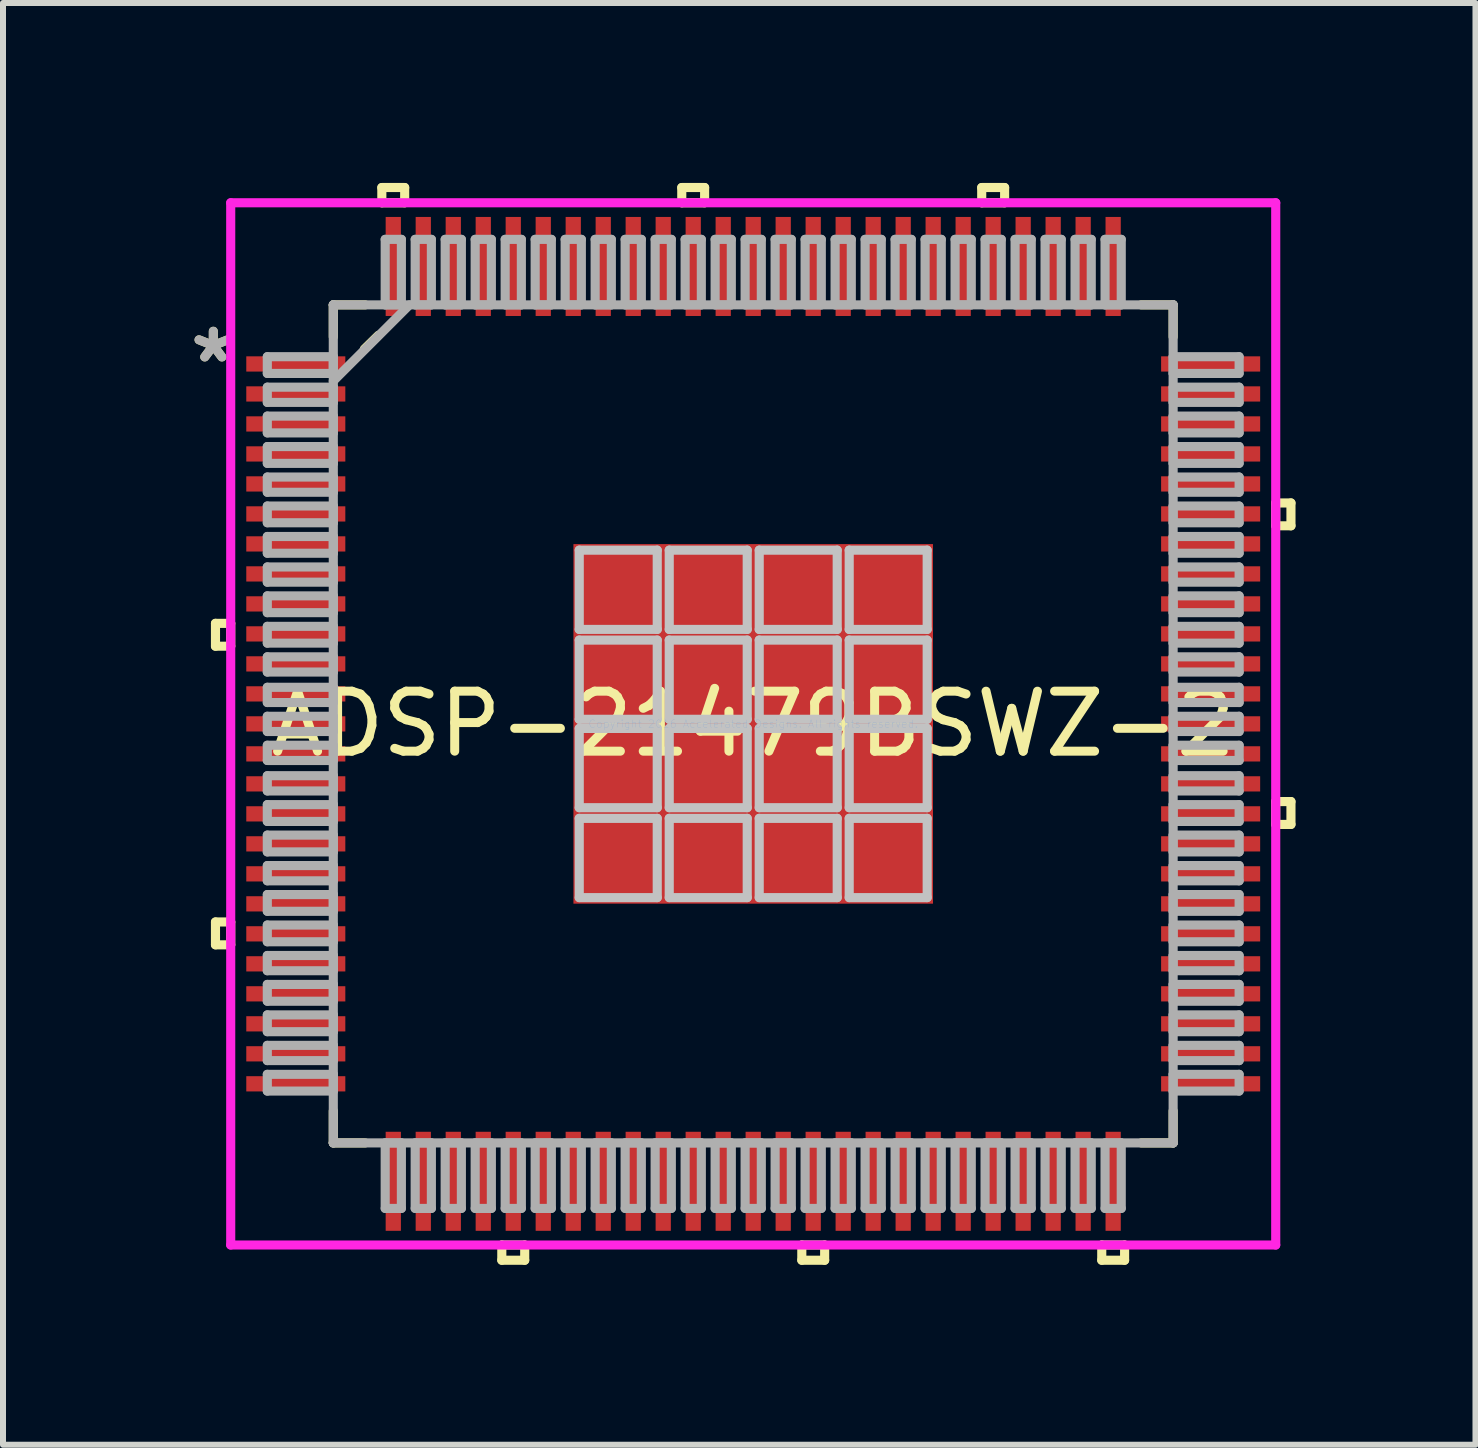
<source format=kicad_pcb>
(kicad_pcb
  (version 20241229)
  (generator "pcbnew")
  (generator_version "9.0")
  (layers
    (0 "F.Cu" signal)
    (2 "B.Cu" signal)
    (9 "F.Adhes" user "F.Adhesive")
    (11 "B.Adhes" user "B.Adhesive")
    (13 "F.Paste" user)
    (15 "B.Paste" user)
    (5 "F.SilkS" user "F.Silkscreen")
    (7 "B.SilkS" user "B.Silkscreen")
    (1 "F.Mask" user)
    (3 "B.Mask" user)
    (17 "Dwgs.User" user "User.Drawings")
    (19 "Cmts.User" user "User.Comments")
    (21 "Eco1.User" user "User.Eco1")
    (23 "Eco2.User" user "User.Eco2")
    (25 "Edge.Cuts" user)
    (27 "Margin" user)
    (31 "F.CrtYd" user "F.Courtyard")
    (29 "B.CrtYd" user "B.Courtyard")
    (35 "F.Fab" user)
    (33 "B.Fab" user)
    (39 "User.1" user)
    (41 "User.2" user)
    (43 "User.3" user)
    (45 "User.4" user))
  (footprint "ADSP-21479BSWZ-2"
    (layer "F.Cu")
    (at 9.506 9.017)
    (property "Reference" "ADSP-21479BSWZ-2" (at 0 0 0) (layer "F.SilkS") (effects (font (size 1 1) (thickness 0.15))))
    (attr through_hole)
    (fp_line (start -8.964 -1.676) (end -8.964 -1.295) (stroke (width 0.152) (type solid)) (layer "F.SilkS"))
    (fp_line (start -8.964 -1.295) (end -8.71 -1.295) (stroke (width 0.152) (type solid)) (layer "F.SilkS"))
    (fp_line (start -8.964 3.302) (end -8.964 3.683) (stroke (width 0.152) (type solid)) (layer "F.SilkS"))
    (fp_line (start -8.964 3.683) (end -8.71 3.683) (stroke (width 0.152) (type solid)) (layer "F.SilkS"))
    (fp_line (start -8.71 -1.676) (end -8.964 -1.676) (stroke (width 0.152) (type solid)) (layer "F.SilkS"))
    (fp_line (start -8.71 -1.295) (end -8.71 -1.676) (stroke (width 0.152) (type solid)) (layer "F.SilkS"))
    (fp_line (start -8.71 3.302) (end -8.964 3.302) (stroke (width 0.152) (type solid)) (layer "F.SilkS"))
    (fp_line (start -8.71 3.683) (end -8.71 3.302) (stroke (width 0.152) (type solid)) (layer "F.SilkS"))
    (fp_line (start -7 -6.985) (end -7 -6.452) (stroke (width 0.152) (type solid)) (layer "F.SilkS"))
    (fp_line (start -7 6.452) (end -7 6.985) (stroke (width 0.152) (type solid)) (layer "F.SilkS"))
    (fp_line (start -7 6.985) (end -6.468 6.985) (stroke (width 0.152) (type solid)) (layer "F.SilkS"))
    (fp_line (start -6.482 -6.248) (end -6.248 -6.477) (stroke (width 0.152) (type solid)) (layer "F.SilkS"))
    (fp_line (start -6.468 -6.985) (end -7 -6.985) (stroke (width 0.152) (type solid)) (layer "F.SilkS"))
    (fp_line (start -6.191 -8.941) (end -5.81 -8.941) (stroke (width 0.152) (type solid)) (layer "F.SilkS"))
    (fp_line (start -6.191 -8.687) (end -6.191 -8.941) (stroke (width 0.152) (type solid)) (layer "F.SilkS"))
    (fp_line (start -5.81 -8.941) (end -5.81 -8.687) (stroke (width 0.152) (type solid)) (layer "F.SilkS"))
    (fp_line (start -5.81 -8.687) (end -6.191 -8.687) (stroke (width 0.152) (type solid)) (layer "F.SilkS"))
    (fp_line (start -4.191 8.687) (end -4.191 8.941) (stroke (width 0.152) (type solid)) (layer "F.SilkS"))
    (fp_line (start -4.191 8.941) (end -3.809 8.941) (stroke (width 0.152) (type solid)) (layer "F.SilkS"))
    (fp_line (start -3.809 8.687) (end -4.191 8.687) (stroke (width 0.152) (type solid)) (layer "F.SilkS"))
    (fp_line (start -3.809 8.941) (end -3.809 8.687) (stroke (width 0.152) (type solid)) (layer "F.SilkS"))
    (fp_line (start -1.191 -8.941) (end -0.81 -8.941) (stroke (width 0.152) (type solid)) (layer "F.SilkS"))
    (fp_line (start -1.191 -8.687) (end -1.191 -8.941) (stroke (width 0.152) (type solid)) (layer "F.SilkS"))
    (fp_line (start -0.81 -8.941) (end -0.81 -8.687) (stroke (width 0.152) (type solid)) (layer "F.SilkS"))
    (fp_line (start -0.81 -8.687) (end -1.191 -8.687) (stroke (width 0.152) (type solid)) (layer "F.SilkS"))
    (fp_line (start 0.81 8.687) (end 0.81 8.941) (stroke (width 0.152) (type solid)) (layer "F.SilkS"))
    (fp_line (start 0.81 8.941) (end 1.191 8.941) (stroke (width 0.152) (type solid)) (layer "F.SilkS"))
    (fp_line (start 1.191 8.687) (end 0.81 8.687) (stroke (width 0.152) (type solid)) (layer "F.SilkS"))
    (fp_line (start 1.191 8.941) (end 1.191 8.687) (stroke (width 0.152) (type solid)) (layer "F.SilkS"))
    (fp_line (start 3.809 -8.941) (end 4.191 -8.941) (stroke (width 0.152) (type solid)) (layer "F.SilkS"))
    (fp_line (start 3.809 -8.687) (end 3.809 -8.941) (stroke (width 0.152) (type solid)) (layer "F.SilkS"))
    (fp_line (start 4.191 -8.941) (end 4.191 -8.687) (stroke (width 0.152) (type solid)) (layer "F.SilkS"))
    (fp_line (start 4.191 -8.687) (end 3.809 -8.687) (stroke (width 0.152) (type solid)) (layer "F.SilkS"))
    (fp_line (start 5.81 8.687) (end 5.81 8.941) (stroke (width 0.152) (type solid)) (layer "F.SilkS"))
    (fp_line (start 5.81 8.941) (end 6.191 8.941) (stroke (width 0.152) (type solid)) (layer "F.SilkS"))
    (fp_line (start 6.191 8.687) (end 5.81 8.687) (stroke (width 0.152) (type solid)) (layer "F.SilkS"))
    (fp_line (start 6.191 8.941) (end 6.191 8.687) (stroke (width 0.152) (type solid)) (layer "F.SilkS"))
    (fp_line (start 6.468 6.985) (end 7 6.985) (stroke (width 0.152) (type solid)) (layer "F.SilkS"))
    (fp_line (start 7 -6.985) (end 6.468 -6.985) (stroke (width 0.152) (type solid)) (layer "F.SilkS"))
    (fp_line (start 7 -6.452) (end 7 -6.985) (stroke (width 0.152) (type solid)) (layer "F.SilkS"))
    (fp_line (start 7 6.985) (end 7 6.452) (stroke (width 0.152) (type solid)) (layer "F.SilkS"))
    (fp_line (start 8.71 -3.683) (end 8.964 -3.683) (stroke (width 0.152) (type solid)) (layer "F.SilkS"))
    (fp_line (start 8.71 -3.302) (end 8.71 -3.683) (stroke (width 0.152) (type solid)) (layer "F.SilkS"))
    (fp_line (start 8.71 1.295) (end 8.964 1.295) (stroke (width 0.152) (type solid)) (layer "F.SilkS"))
    (fp_line (start 8.71 1.676) (end 8.71 1.295) (stroke (width 0.152) (type solid)) (layer "F.SilkS"))
    (fp_line (start 8.964 -3.683) (end 8.964 -3.302) (stroke (width 0.152) (type solid)) (layer "F.SilkS"))
    (fp_line (start 8.964 -3.302) (end 8.71 -3.302) (stroke (width 0.152) (type solid)) (layer "F.SilkS"))
    (fp_line (start 8.964 1.295) (end 8.964 1.676) (stroke (width 0.152) (type solid)) (layer "F.SilkS"))
    (fp_line (start 8.964 1.676) (end 8.71 1.676) (stroke (width 0.152) (type solid)) (layer "F.SilkS"))
    (fp_line (start -2.9 -2.896) (end -2.9 -1.575) (stroke (width 0.152) (type solid)) (layer "Dwgs.User"))
    (fp_line (start -2.9 -1.575) (end -1.6 -1.575) (stroke (width 0.152) (type solid)) (layer "Dwgs.User"))
    (fp_line (start -2.9 -1.397) (end -2.9 -0.076) (stroke (width 0.152) (type solid)) (layer "Dwgs.User"))
    (fp_line (start -2.9 -0.076) (end -1.6 -0.076) (stroke (width 0.152) (type solid)) (layer "Dwgs.User"))
    (fp_line (start -2.9 0.076) (end -2.9 1.397) (stroke (width 0.152) (type solid)) (layer "Dwgs.User"))
    (fp_line (start -2.9 1.397) (end -1.6 1.397) (stroke (width 0.152) (type solid)) (layer "Dwgs.User"))
    (fp_line (start -2.9 1.575) (end -2.9 2.896) (stroke (width 0.152) (type solid)) (layer "Dwgs.User"))
    (fp_line (start -2.9 2.896) (end -1.6 2.896) (stroke (width 0.152) (type solid)) (layer "Dwgs.User"))
    (fp_line (start -1.6 -2.896) (end -2.9 -2.896) (stroke (width 0.152) (type solid)) (layer "Dwgs.User"))
    (fp_line (start -1.6 -1.575) (end -1.6 -2.896) (stroke (width 0.152) (type solid)) (layer "Dwgs.User"))
    (fp_line (start -1.6 -1.397) (end -2.9 -1.397) (stroke (width 0.152) (type solid)) (layer "Dwgs.User"))
    (fp_line (start -1.6 -0.076) (end -1.6 -1.397) (stroke (width 0.152) (type solid)) (layer "Dwgs.User"))
    (fp_line (start -1.6 0.076) (end -2.9 0.076) (stroke (width 0.152) (type solid)) (layer "Dwgs.User"))
    (fp_line (start -1.6 1.397) (end -1.6 0.076) (stroke (width 0.152) (type solid)) (layer "Dwgs.User"))
    (fp_line (start -1.6 1.575) (end -2.9 1.575) (stroke (width 0.152) (type solid)) (layer "Dwgs.User"))
    (fp_line (start -1.6 2.896) (end -1.6 1.575) (stroke (width 0.152) (type solid)) (layer "Dwgs.User"))
    (fp_line (start -1.4 -2.896) (end -1.4 -1.575) (stroke (width 0.152) (type solid)) (layer "Dwgs.User"))
    (fp_line (start -1.4 -1.575) (end -0.1 -1.575) (stroke (width 0.152) (type solid)) (layer "Dwgs.User"))
    (fp_line (start -1.4 -1.397) (end -1.4 -0.076) (stroke (width 0.152) (type solid)) (layer "Dwgs.User"))
    (fp_line (start -1.4 -0.076) (end -0.1 -0.076) (stroke (width 0.152) (type solid)) (layer "Dwgs.User"))
    (fp_line (start -1.4 0.076) (end -1.4 1.397) (stroke (width 0.152) (type solid)) (layer "Dwgs.User"))
    (fp_line (start -1.4 1.397) (end -0.1 1.397) (stroke (width 0.152) (type solid)) (layer "Dwgs.User"))
    (fp_line (start -1.4 1.575) (end -1.4 2.896) (stroke (width 0.152) (type solid)) (layer "Dwgs.User"))
    (fp_line (start -1.4 2.896) (end -0.1 2.896) (stroke (width 0.152) (type solid)) (layer "Dwgs.User"))
    (fp_line (start -0.1 -2.896) (end -1.4 -2.896) (stroke (width 0.152) (type solid)) (layer "Dwgs.User"))
    (fp_line (start -0.1 -1.575) (end -0.1 -2.896) (stroke (width 0.152) (type solid)) (layer "Dwgs.User"))
    (fp_line (start -0.1 -1.397) (end -1.4 -1.397) (stroke (width 0.152) (type solid)) (layer "Dwgs.User"))
    (fp_line (start -0.1 -0.076) (end -0.1 -1.397) (stroke (width 0.152) (type solid)) (layer "Dwgs.User"))
    (fp_line (start -0.1 0.076) (end -1.4 0.076) (stroke (width 0.152) (type solid)) (layer "Dwgs.User"))
    (fp_line (start -0.1 1.397) (end -0.1 0.076) (stroke (width 0.152) (type solid)) (layer "Dwgs.User"))
    (fp_line (start -0.1 1.575) (end -1.4 1.575) (stroke (width 0.152) (type solid)) (layer "Dwgs.User"))
    (fp_line (start -0.1 2.896) (end -0.1 1.575) (stroke (width 0.152) (type solid)) (layer "Dwgs.User"))
    (fp_line (start 0.1 -2.896) (end 0.1 -1.575) (stroke (width 0.152) (type solid)) (layer "Dwgs.User"))
    (fp_line (start 0.1 -1.575) (end 1.4 -1.575) (stroke (width 0.152) (type solid)) (layer "Dwgs.User"))
    (fp_line (start 0.1 -1.397) (end 0.1 -0.076) (stroke (width 0.152) (type solid)) (layer "Dwgs.User"))
    (fp_line (start 0.1 -0.076) (end 1.4 -0.076) (stroke (width 0.152) (type solid)) (layer "Dwgs.User"))
    (fp_line (start 0.1 0.076) (end 0.1 1.397) (stroke (width 0.152) (type solid)) (layer "Dwgs.User"))
    (fp_line (start 0.1 1.397) (end 1.4 1.397) (stroke (width 0.152) (type solid)) (layer "Dwgs.User"))
    (fp_line (start 0.1 1.575) (end 0.1 2.896) (stroke (width 0.152) (type solid)) (layer "Dwgs.User"))
    (fp_line (start 0.1 2.896) (end 1.4 2.896) (stroke (width 0.152) (type solid)) (layer "Dwgs.User"))
    (fp_line (start 1.4 -2.896) (end 0.1 -2.896) (stroke (width 0.152) (type solid)) (layer "Dwgs.User"))
    (fp_line (start 1.4 -1.575) (end 1.4 -2.896) (stroke (width 0.152) (type solid)) (layer "Dwgs.User"))
    (fp_line (start 1.4 -1.397) (end 0.1 -1.397) (stroke (width 0.152) (type solid)) (layer "Dwgs.User"))
    (fp_line (start 1.4 -0.076) (end 1.4 -1.397) (stroke (width 0.152) (type solid)) (layer "Dwgs.User"))
    (fp_line (start 1.4 0.076) (end 0.1 0.076) (stroke (width 0.152) (type solid)) (layer "Dwgs.User"))
    (fp_line (start 1.4 1.397) (end 1.4 0.076) (stroke (width 0.152) (type solid)) (layer "Dwgs.User"))
    (fp_line (start 1.4 1.575) (end 0.1 1.575) (stroke (width 0.152) (type solid)) (layer "Dwgs.User"))
    (fp_line (start 1.4 2.896) (end 1.4 1.575) (stroke (width 0.152) (type solid)) (layer "Dwgs.User"))
    (fp_line (start 1.6 -2.896) (end 1.6 -1.575) (stroke (width 0.152) (type solid)) (layer "Dwgs.User"))
    (fp_line (start 1.6 -1.575) (end 2.9 -1.575) (stroke (width 0.152) (type solid)) (layer "Dwgs.User"))
    (fp_line (start 1.6 -1.397) (end 1.6 -0.076) (stroke (width 0.152) (type solid)) (layer "Dwgs.User"))
    (fp_line (start 1.6 -0.076) (end 2.9 -0.076) (stroke (width 0.152) (type solid)) (layer "Dwgs.User"))
    (fp_line (start 1.6 0.076) (end 1.6 1.397) (stroke (width 0.152) (type solid)) (layer "Dwgs.User"))
    (fp_line (start 1.6 1.397) (end 2.9 1.397) (stroke (width 0.152) (type solid)) (layer "Dwgs.User"))
    (fp_line (start 1.6 1.575) (end 1.6 2.896) (stroke (width 0.152) (type solid)) (layer "Dwgs.User"))
    (fp_line (start 1.6 2.896) (end 2.9 2.896) (stroke (width 0.152) (type solid)) (layer "Dwgs.User"))
    (fp_line (start 2.9 -2.896) (end 1.6 -2.896) (stroke (width 0.152) (type solid)) (layer "Dwgs.User"))
    (fp_line (start 2.9 -1.575) (end 2.9 -2.896) (stroke (width 0.152) (type solid)) (layer "Dwgs.User"))
    (fp_line (start 2.9 -1.397) (end 1.6 -1.397) (stroke (width 0.152) (type solid)) (layer "Dwgs.User"))
    (fp_line (start 2.9 -0.076) (end 2.9 -1.397) (stroke (width 0.152) (type solid)) (layer "Dwgs.User"))
    (fp_line (start 2.9 0.076) (end 1.6 0.076) (stroke (width 0.152) (type solid)) (layer "Dwgs.User"))
    (fp_line (start 2.9 1.397) (end 2.9 0.076) (stroke (width 0.152) (type solid)) (layer "Dwgs.User"))
    (fp_line (start 2.9 1.575) (end 1.6 1.575) (stroke (width 0.152) (type solid)) (layer "Dwgs.User"))
    (fp_line (start 2.9 2.896) (end 2.9 1.575) (stroke (width 0.152) (type solid)) (layer "Dwgs.User"))
    (fp_line (start -8.71 -8.687) (end 8.71 -8.687) (stroke (width 0.152) (type solid)) (layer "F.CrtYd"))
    (fp_line (start -8.71 8.687) (end -8.71 -8.687) (stroke (width 0.152) (type solid)) (layer "F.CrtYd"))
    (fp_line (start 8.71 -8.687) (end 8.71 8.687) (stroke (width 0.152) (type solid)) (layer "F.CrtYd"))
    (fp_line (start 8.71 8.687) (end -8.71 8.687) (stroke (width 0.152) (type solid)) (layer "F.CrtYd"))
    (fp_line (start -8.1 -6.121) (end -8.1 -5.842) (stroke (width 0.152) (type solid)) (layer "F.Fab"))
    (fp_line (start -8.1 -5.842) (end -7 -5.842) (stroke (width 0.152) (type solid)) (layer "F.Fab"))
    (fp_line (start -8.1 -5.613) (end -8.1 -5.359) (stroke (width 0.152) (type solid)) (layer "F.Fab"))
    (fp_line (start -8.1 -5.359) (end -7 -5.359) (stroke (width 0.152) (type solid)) (layer "F.Fab"))
    (fp_line (start -8.1 -5.131) (end -8.1 -4.851) (stroke (width 0.152) (type solid)) (layer "F.Fab"))
    (fp_line (start -8.1 -4.851) (end -7 -4.851) (stroke (width 0.152) (type solid)) (layer "F.Fab"))
    (fp_line (start -8.1 -4.623) (end -8.1 -4.343) (stroke (width 0.152) (type solid)) (layer "F.Fab"))
    (fp_line (start -8.1 -4.343) (end -7 -4.343) (stroke (width 0.152) (type solid)) (layer "F.Fab"))
    (fp_line (start -8.1 -4.115) (end -8.1 -3.861) (stroke (width 0.152) (type solid)) (layer "F.Fab"))
    (fp_line (start -8.1 -3.861) (end -7 -3.861) (stroke (width 0.152) (type solid)) (layer "F.Fab"))
    (fp_line (start -8.1 -3.632) (end -8.1 -3.353) (stroke (width 0.152) (type solid)) (layer "F.Fab"))
    (fp_line (start -8.1 -3.353) (end -7 -3.353) (stroke (width 0.152) (type solid)) (layer "F.Fab"))
    (fp_line (start -8.1 -3.124) (end -8.1 -2.845) (stroke (width 0.152) (type solid)) (layer "F.Fab"))
    (fp_line (start -8.1 -2.845) (end -7 -2.845) (stroke (width 0.152) (type solid)) (layer "F.Fab"))
    (fp_line (start -8.1 -2.616) (end -8.1 -2.362) (stroke (width 0.152) (type solid)) (layer "F.Fab"))
    (fp_line (start -8.1 -2.362) (end -7 -2.362) (stroke (width 0.152) (type solid)) (layer "F.Fab"))
    (fp_line (start -8.1 -2.134) (end -8.1 -1.854) (stroke (width 0.152) (type solid)) (layer "F.Fab"))
    (fp_line (start -8.1 -1.854) (end -7 -1.854) (stroke (width 0.152) (type solid)) (layer "F.Fab"))
    (fp_line (start -8.1 -1.626) (end -8.1 -1.346) (stroke (width 0.152) (type solid)) (layer "F.Fab"))
    (fp_line (start -8.1 -1.346) (end -7 -1.346) (stroke (width 0.152) (type solid)) (layer "F.Fab"))
    (fp_line (start -8.1 -1.118) (end -8.1 -0.864) (stroke (width 0.152) (type solid)) (layer "F.Fab"))
    (fp_line (start -8.1 -0.864) (end -7 -0.864) (stroke (width 0.152) (type solid)) (layer "F.Fab"))
    (fp_line (start -8.1 -0.61) (end -8.1 -0.356) (stroke (width 0.152) (type solid)) (layer "F.Fab"))
    (fp_line (start -8.1 -0.356) (end -7 -0.356) (stroke (width 0.152) (type solid)) (layer "F.Fab"))
    (fp_line (start -8.1 -0.127) (end -8.1 0.127) (stroke (width 0.152) (type solid)) (layer "F.Fab"))
    (fp_line (start -8.1 0.127) (end -7 0.127) (stroke (width 0.152) (type solid)) (layer "F.Fab"))
    (fp_line (start -8.1 0.356) (end -8.1 0.61) (stroke (width 0.152) (type solid)) (layer "F.Fab"))
    (fp_line (start -8.1 0.61) (end -7 0.61) (stroke (width 0.152) (type solid)) (layer "F.Fab"))
    (fp_line (start -8.1 0.864) (end -8.1 1.118) (stroke (width 0.152) (type solid)) (layer "F.Fab"))
    (fp_line (start -8.1 1.118) (end -7 1.118) (stroke (width 0.152) (type solid)) (layer "F.Fab"))
    (fp_line (start -8.1 1.346) (end -8.1 1.626) (stroke (width 0.152) (type solid)) (layer "F.Fab"))
    (fp_line (start -8.1 1.626) (end -7 1.626) (stroke (width 0.152) (type solid)) (layer "F.Fab"))
    (fp_line (start -8.1 1.854) (end -8.1 2.134) (stroke (width 0.152) (type solid)) (layer "F.Fab"))
    (fp_line (start -8.1 2.134) (end -7 2.134) (stroke (width 0.152) (type solid)) (layer "F.Fab"))
    (fp_line (start -8.1 2.362) (end -8.1 2.616) (stroke (width 0.152) (type solid)) (layer "F.Fab"))
    (fp_line (start -8.1 2.616) (end -7 2.616) (stroke (width 0.152) (type solid)) (layer "F.Fab"))
    (fp_line (start -8.1 2.845) (end -8.1 3.124) (stroke (width 0.152) (type solid)) (layer "F.Fab"))
    (fp_line (start -8.1 3.124) (end -7 3.124) (stroke (width 0.152) (type solid)) (layer "F.Fab"))
    (fp_line (start -8.1 3.353) (end -8.1 3.632) (stroke (width 0.152) (type solid)) (layer "F.Fab"))
    (fp_line (start -8.1 3.632) (end -7 3.632) (stroke (width 0.152) (type solid)) (layer "F.Fab"))
    (fp_line (start -8.1 3.861) (end -8.1 4.115) (stroke (width 0.152) (type solid)) (layer "F.Fab"))
    (fp_line (start -8.1 4.115) (end -7 4.115) (stroke (width 0.152) (type solid)) (layer "F.Fab"))
    (fp_line (start -8.1 4.343) (end -8.1 4.623) (stroke (width 0.152) (type solid)) (layer "F.Fab"))
    (fp_line (start -8.1 4.623) (end -7 4.623) (stroke (width 0.152) (type solid)) (layer "F.Fab"))
    (fp_line (start -8.1 4.851) (end -8.1 5.131) (stroke (width 0.152) (type solid)) (layer "F.Fab"))
    (fp_line (start -8.1 5.131) (end -7 5.131) (stroke (width 0.152) (type solid)) (layer "F.Fab"))
    (fp_line (start -8.1 5.359) (end -8.1 5.613) (stroke (width 0.152) (type solid)) (layer "F.Fab"))
    (fp_line (start -8.1 5.613) (end -7 5.613) (stroke (width 0.152) (type solid)) (layer "F.Fab"))
    (fp_line (start -8.1 5.842) (end -8.1 6.121) (stroke (width 0.152) (type solid)) (layer "F.Fab"))
    (fp_line (start -8.1 6.121) (end -7 6.121) (stroke (width 0.152) (type solid)) (layer "F.Fab"))
    (fp_line (start -7 -6.121) (end -8.1 -6.121) (stroke (width 0.152) (type solid)) (layer "F.Fab"))
    (fp_line (start -7 -5.842) (end -7 -6.121) (stroke (width 0.152) (type solid)) (layer "F.Fab"))
    (fp_line (start -7 -5.715) (end -5.73 -6.985) (stroke (width 0.152) (type solid)) (layer "F.Fab"))
    (fp_line (start -7 -5.613) (end -8.1 -5.613) (stroke (width 0.152) (type solid)) (layer "F.Fab"))
    (fp_line (start -7 -5.359) (end -7 -5.613) (stroke (width 0.152) (type solid)) (layer "F.Fab"))
    (fp_line (start -7 -5.131) (end -8.1 -5.131) (stroke (width 0.152) (type solid)) (layer "F.Fab"))
    (fp_line (start -7 -4.851) (end -7 -5.131) (stroke (width 0.152) (type solid)) (layer "F.Fab"))
    (fp_line (start -7 -4.623) (end -8.1 -4.623) (stroke (width 0.152) (type solid)) (layer "F.Fab"))
    (fp_line (start -7 -4.343) (end -7 -4.623) (stroke (width 0.152) (type solid)) (layer "F.Fab"))
    (fp_line (start -7 -4.115) (end -8.1 -4.115) (stroke (width 0.152) (type solid)) (layer "F.Fab"))
    (fp_line (start -7 -3.861) (end -7 -4.115) (stroke (width 0.152) (type solid)) (layer "F.Fab"))
    (fp_line (start -7 -3.632) (end -8.1 -3.632) (stroke (width 0.152) (type solid)) (layer "F.Fab"))
    (fp_line (start -7 -3.353) (end -7 -3.632) (stroke (width 0.152) (type solid)) (layer "F.Fab"))
    (fp_line (start -7 -3.124) (end -8.1 -3.124) (stroke (width 0.152) (type solid)) (layer "F.Fab"))
    (fp_line (start -7 -2.845) (end -7 -3.124) (stroke (width 0.152) (type solid)) (layer "F.Fab"))
    (fp_line (start -7 -2.616) (end -8.1 -2.616) (stroke (width 0.152) (type solid)) (layer "F.Fab"))
    (fp_line (start -7 -2.362) (end -7 -2.616) (stroke (width 0.152) (type solid)) (layer "F.Fab"))
    (fp_line (start -7 -2.134) (end -8.1 -2.134) (stroke (width 0.152) (type solid)) (layer "F.Fab"))
    (fp_line (start -7 -1.854) (end -7 -2.134) (stroke (width 0.152) (type solid)) (layer "F.Fab"))
    (fp_line (start -7 -1.626) (end -8.1 -1.626) (stroke (width 0.152) (type solid)) (layer "F.Fab"))
    (fp_line (start -7 -1.346) (end -7 -1.626) (stroke (width 0.152) (type solid)) (layer "F.Fab"))
    (fp_line (start -7 -1.118) (end -8.1 -1.118) (stroke (width 0.152) (type solid)) (layer "F.Fab"))
    (fp_line (start -7 -0.864) (end -7 -1.118) (stroke (width 0.152) (type solid)) (layer "F.Fab"))
    (fp_line (start -7 -0.61) (end -8.1 -0.61) (stroke (width 0.152) (type solid)) (layer "F.Fab"))
    (fp_line (start -7 -0.356) (end -7 -0.61) (stroke (width 0.152) (type solid)) (layer "F.Fab"))
    (fp_line (start -7 -0.127) (end -8.1 -0.127) (stroke (width 0.152) (type solid)) (layer "F.Fab"))
    (fp_line (start -7 0.127) (end -7 -0.127) (stroke (width 0.152) (type solid)) (layer "F.Fab"))
    (fp_line (start -7 0.356) (end -8.1 0.356) (stroke (width 0.152) (type solid)) (layer "F.Fab"))
    (fp_line (start -7 0.61) (end -7 0.356) (stroke (width 0.152) (type solid)) (layer "F.Fab"))
    (fp_line (start -7 0.864) (end -8.1 0.864) (stroke (width 0.152) (type solid)) (layer "F.Fab"))
    (fp_line (start -7 1.118) (end -7 0.864) (stroke (width 0.152) (type solid)) (layer "F.Fab"))
    (fp_line (start -7 1.346) (end -8.1 1.346) (stroke (width 0.152) (type solid)) (layer "F.Fab"))
    (fp_line (start -7 1.626) (end -7 1.346) (stroke (width 0.152) (type solid)) (layer "F.Fab"))
    (fp_line (start -7 1.854) (end -8.1 1.854) (stroke (width 0.152) (type solid)) (layer "F.Fab"))
    (fp_line (start -7 2.134) (end -7 1.854) (stroke (width 0.152) (type solid)) (layer "F.Fab"))
    (fp_line (start -7 2.362) (end -8.1 2.362) (stroke (width 0.152) (type solid)) (layer "F.Fab"))
    (fp_line (start -7 2.616) (end -7 2.362) (stroke (width 0.152) (type solid)) (layer "F.Fab"))
    (fp_line (start -7 2.845) (end -8.1 2.845) (stroke (width 0.152) (type solid)) (layer "F.Fab"))
    (fp_line (start -7 3.124) (end -7 2.845) (stroke (width 0.152) (type solid)) (layer "F.Fab"))
    (fp_line (start -7 3.353) (end -8.1 3.353) (stroke (width 0.152) (type solid)) (layer "F.Fab"))
    (fp_line (start -7 3.632) (end -7 3.353) (stroke (width 0.152) (type solid)) (layer "F.Fab"))
    (fp_line (start -7 3.861) (end -8.1 3.861) (stroke (width 0.152) (type solid)) (layer "F.Fab"))
    (fp_line (start -7 4.115) (end -7 3.861) (stroke (width 0.152) (type solid)) (layer "F.Fab"))
    (fp_line (start -7 4.343) (end -8.1 4.343) (stroke (width 0.152) (type solid)) (layer "F.Fab"))
    (fp_line (start -7 4.623) (end -7 4.343) (stroke (width 0.152) (type solid)) (layer "F.Fab"))
    (fp_line (start -7 4.851) (end -8.1 4.851) (stroke (width 0.152) (type solid)) (layer "F.Fab"))
    (fp_line (start -7 5.131) (end -7 4.851) (stroke (width 0.152) (type solid)) (layer "F.Fab"))
    (fp_line (start -7 5.359) (end -8.1 5.359) (stroke (width 0.152) (type solid)) (layer "F.Fab"))
    (fp_line (start -7 5.613) (end -7 5.359) (stroke (width 0.152) (type solid)) (layer "F.Fab"))
    (fp_line (start -7 5.842) (end -8.1 5.842) (stroke (width 0.152) (type solid)) (layer "F.Fab"))
    (fp_line (start -7 6.121) (end -7 5.842) (stroke (width 0.152) (type solid)) (layer "F.Fab"))
    (fp_line (start -7 -6.985) (end -7 -6.985) (stroke (width 0.152) (type solid)) (layer "F.Fab"))
    (fp_line (start -7 -6.985) (end -7 6.985) (stroke (width 0.152) (type solid)) (layer "F.Fab"))
    (fp_line (start -7 6.985) (end -7 6.985) (stroke (width 0.152) (type solid)) (layer "F.Fab"))
    (fp_line (start -7 6.985) (end 7 6.985) (stroke (width 0.152) (type solid)) (layer "F.Fab"))
    (fp_line (start -6.135 -8.077) (end -6.135 -6.985) (stroke (width 0.152) (type solid)) (layer "F.Fab"))
    (fp_line (start -6.135 -6.985) (end -5.865 -6.985) (stroke (width 0.152) (type solid)) (layer "F.Fab"))
    (fp_line (start -6.135 6.985) (end -6.135 8.077) (stroke (width 0.152) (type solid)) (layer "F.Fab"))
    (fp_line (start -6.135 8.077) (end -5.865 8.077) (stroke (width 0.152) (type solid)) (layer "F.Fab"))
    (fp_line (start -5.865 -8.077) (end -6.135 -8.077) (stroke (width 0.152) (type solid)) (layer "F.Fab"))
    (fp_line (start -5.865 -6.985) (end -5.865 -8.077) (stroke (width 0.152) (type solid)) (layer "F.Fab"))
    (fp_line (start -5.865 6.985) (end -6.135 6.985) (stroke (width 0.152) (type solid)) (layer "F.Fab"))
    (fp_line (start -5.865 8.077) (end -5.865 6.985) (stroke (width 0.152) (type solid)) (layer "F.Fab"))
    (fp_line (start -5.635 -8.077) (end -5.635 -6.985) (stroke (width 0.152) (type solid)) (layer "F.Fab"))
    (fp_line (start -5.635 -6.985) (end -5.365 -6.985) (stroke (width 0.152) (type solid)) (layer "F.Fab"))
    (fp_line (start -5.635 6.985) (end -5.635 8.077) (stroke (width 0.152) (type solid)) (layer "F.Fab"))
    (fp_line (start -5.635 8.077) (end -5.365 8.077) (stroke (width 0.152) (type solid)) (layer "F.Fab"))
    (fp_line (start -5.365 -8.077) (end -5.635 -8.077) (stroke (width 0.152) (type solid)) (layer "F.Fab"))
    (fp_line (start -5.365 -6.985) (end -5.365 -8.077) (stroke (width 0.152) (type solid)) (layer "F.Fab"))
    (fp_line (start -5.365 6.985) (end -5.635 6.985) (stroke (width 0.152) (type solid)) (layer "F.Fab"))
    (fp_line (start -5.365 8.077) (end -5.365 6.985) (stroke (width 0.152) (type solid)) (layer "F.Fab"))
    (fp_line (start -5.135 -8.077) (end -5.135 -6.985) (stroke (width 0.152) (type solid)) (layer "F.Fab"))
    (fp_line (start -5.135 -6.985) (end -4.865 -6.985) (stroke (width 0.152) (type solid)) (layer "F.Fab"))
    (fp_line (start -5.135 6.985) (end -5.135 8.077) (stroke (width 0.152) (type solid)) (layer "F.Fab"))
    (fp_line (start -5.135 8.077) (end -4.865 8.077) (stroke (width 0.152) (type solid)) (layer "F.Fab"))
    (fp_line (start -4.865 -8.077) (end -5.135 -8.077) (stroke (width 0.152) (type solid)) (layer "F.Fab"))
    (fp_line (start -4.865 -6.985) (end -4.865 -8.077) (stroke (width 0.152) (type solid)) (layer "F.Fab"))
    (fp_line (start -4.865 6.985) (end -5.135 6.985) (stroke (width 0.152) (type solid)) (layer "F.Fab"))
    (fp_line (start -4.865 8.077) (end -4.865 6.985) (stroke (width 0.152) (type solid)) (layer "F.Fab"))
    (fp_line (start -4.635 -8.077) (end -4.635 -6.985) (stroke (width 0.152) (type solid)) (layer "F.Fab"))
    (fp_line (start -4.635 -6.985) (end -4.365 -6.985) (stroke (width 0.152) (type solid)) (layer "F.Fab"))
    (fp_line (start -4.635 6.985) (end -4.635 8.077) (stroke (width 0.152) (type solid)) (layer "F.Fab"))
    (fp_line (start -4.635 8.077) (end -4.365 8.077) (stroke (width 0.152) (type solid)) (layer "F.Fab"))
    (fp_line (start -4.365 -8.077) (end -4.635 -8.077) (stroke (width 0.152) (type solid)) (layer "F.Fab"))
    (fp_line (start -4.365 -6.985) (end -4.365 -8.077) (stroke (width 0.152) (type solid)) (layer "F.Fab"))
    (fp_line (start -4.365 6.985) (end -4.635 6.985) (stroke (width 0.152) (type solid)) (layer "F.Fab"))
    (fp_line (start -4.365 8.077) (end -4.365 6.985) (stroke (width 0.152) (type solid)) (layer "F.Fab"))
    (fp_line (start -4.135 -8.077) (end -4.135 -6.985) (stroke (width 0.152) (type solid)) (layer "F.Fab"))
    (fp_line (start -4.135 -6.985) (end -3.865 -6.985) (stroke (width 0.152) (type solid)) (layer "F.Fab"))
    (fp_line (start -4.135 6.985) (end -4.135 8.077) (stroke (width 0.152) (type solid)) (layer "F.Fab"))
    (fp_line (start -4.135 8.077) (end -3.865 8.077) (stroke (width 0.152) (type solid)) (layer "F.Fab"))
    (fp_line (start -3.865 -8.077) (end -4.135 -8.077) (stroke (width 0.152) (type solid)) (layer "F.Fab"))
    (fp_line (start -3.865 -6.985) (end -3.865 -8.077) (stroke (width 0.152) (type solid)) (layer "F.Fab"))
    (fp_line (start -3.865 6.985) (end -4.135 6.985) (stroke (width 0.152) (type solid)) (layer "F.Fab"))
    (fp_line (start -3.865 8.077) (end -3.865 6.985) (stroke (width 0.152) (type solid)) (layer "F.Fab"))
    (fp_line (start -3.635 -8.077) (end -3.635 -6.985) (stroke (width 0.152) (type solid)) (layer "F.Fab"))
    (fp_line (start -3.635 -6.985) (end -3.365 -6.985) (stroke (width 0.152) (type solid)) (layer "F.Fab"))
    (fp_line (start -3.635 6.985) (end -3.635 8.077) (stroke (width 0.152) (type solid)) (layer "F.Fab"))
    (fp_line (start -3.635 8.077) (end -3.365 8.077) (stroke (width 0.152) (type solid)) (layer "F.Fab"))
    (fp_line (start -3.365 -8.077) (end -3.635 -8.077) (stroke (width 0.152) (type solid)) (layer "F.Fab"))
    (fp_line (start -3.365 -6.985) (end -3.365 -8.077) (stroke (width 0.152) (type solid)) (layer "F.Fab"))
    (fp_line (start -3.365 6.985) (end -3.635 6.985) (stroke (width 0.152) (type solid)) (layer "F.Fab"))
    (fp_line (start -3.365 8.077) (end -3.365 6.985) (stroke (width 0.152) (type solid)) (layer "F.Fab"))
    (fp_line (start -3.135 -8.077) (end -3.135 -6.985) (stroke (width 0.152) (type solid)) (layer "F.Fab"))
    (fp_line (start -3.135 -6.985) (end -2.865 -6.985) (stroke (width 0.152) (type solid)) (layer "F.Fab"))
    (fp_line (start -3.135 6.985) (end -3.135 8.077) (stroke (width 0.152) (type solid)) (layer "F.Fab"))
    (fp_line (start -3.135 8.077) (end -2.865 8.077) (stroke (width 0.152) (type solid)) (layer "F.Fab"))
    (fp_line (start -2.865 -8.077) (end -3.135 -8.077) (stroke (width 0.152) (type solid)) (layer "F.Fab"))
    (fp_line (start -2.865 -6.985) (end -2.865 -8.077) (stroke (width 0.152) (type solid)) (layer "F.Fab"))
    (fp_line (start -2.865 6.985) (end -3.135 6.985) (stroke (width 0.152) (type solid)) (layer "F.Fab"))
    (fp_line (start -2.865 8.077) (end -2.865 6.985) (stroke (width 0.152) (type solid)) (layer "F.Fab"))
    (fp_line (start -2.635 -8.077) (end -2.635 -6.985) (stroke (width 0.152) (type solid)) (layer "F.Fab"))
    (fp_line (start -2.635 -6.985) (end -2.365 -6.985) (stroke (width 0.152) (type solid)) (layer "F.Fab"))
    (fp_line (start -2.635 6.985) (end -2.635 8.077) (stroke (width 0.152) (type solid)) (layer "F.Fab"))
    (fp_line (start -2.635 8.077) (end -2.365 8.077) (stroke (width 0.152) (type solid)) (layer "F.Fab"))
    (fp_line (start -2.365 -8.077) (end -2.635 -8.077) (stroke (width 0.152) (type solid)) (layer "F.Fab"))
    (fp_line (start -2.365 -6.985) (end -2.365 -8.077) (stroke (width 0.152) (type solid)) (layer "F.Fab"))
    (fp_line (start -2.365 6.985) (end -2.635 6.985) (stroke (width 0.152) (type solid)) (layer "F.Fab"))
    (fp_line (start -2.365 8.077) (end -2.365 6.985) (stroke (width 0.152) (type solid)) (layer "F.Fab"))
    (fp_line (start -2.135 -8.077) (end -2.135 -6.985) (stroke (width 0.152) (type solid)) (layer "F.Fab"))
    (fp_line (start -2.135 -6.985) (end -1.865 -6.985) (stroke (width 0.152) (type solid)) (layer "F.Fab"))
    (fp_line (start -2.135 6.985) (end -2.135 8.077) (stroke (width 0.152) (type solid)) (layer "F.Fab"))
    (fp_line (start -2.135 8.077) (end -1.865 8.077) (stroke (width 0.152) (type solid)) (layer "F.Fab"))
    (fp_line (start -1.865 -8.077) (end -2.135 -8.077) (stroke (width 0.152) (type solid)) (layer "F.Fab"))
    (fp_line (start -1.865 -6.985) (end -1.865 -8.077) (stroke (width 0.152) (type solid)) (layer "F.Fab"))
    (fp_line (start -1.865 6.985) (end -2.135 6.985) (stroke (width 0.152) (type solid)) (layer "F.Fab"))
    (fp_line (start -1.865 8.077) (end -1.865 6.985) (stroke (width 0.152) (type solid)) (layer "F.Fab"))
    (fp_line (start -1.635 -8.077) (end -1.635 -6.985) (stroke (width 0.152) (type solid)) (layer "F.Fab"))
    (fp_line (start -1.635 -6.985) (end -1.365 -6.985) (stroke (width 0.152) (type solid)) (layer "F.Fab"))
    (fp_line (start -1.635 6.985) (end -1.635 8.077) (stroke (width 0.152) (type solid)) (layer "F.Fab"))
    (fp_line (start -1.635 8.077) (end -1.365 8.077) (stroke (width 0.152) (type solid)) (layer "F.Fab"))
    (fp_line (start -1.365 -8.077) (end -1.635 -8.077) (stroke (width 0.152) (type solid)) (layer "F.Fab"))
    (fp_line (start -1.365 -6.985) (end -1.365 -8.077) (stroke (width 0.152) (type solid)) (layer "F.Fab"))
    (fp_line (start -1.365 6.985) (end -1.635 6.985) (stroke (width 0.152) (type solid)) (layer "F.Fab"))
    (fp_line (start -1.365 8.077) (end -1.365 6.985) (stroke (width 0.152) (type solid)) (layer "F.Fab"))
    (fp_line (start -1.135 -8.077) (end -1.135 -6.985) (stroke (width 0.152) (type solid)) (layer "F.Fab"))
    (fp_line (start -1.135 -6.985) (end -0.865 -6.985) (stroke (width 0.152) (type solid)) (layer "F.Fab"))
    (fp_line (start -1.135 6.985) (end -1.135 8.077) (stroke (width 0.152) (type solid)) (layer "F.Fab"))
    (fp_line (start -1.135 8.077) (end -0.865 8.077) (stroke (width 0.152) (type solid)) (layer "F.Fab"))
    (fp_line (start -0.865 -8.077) (end -1.135 -8.077) (stroke (width 0.152) (type solid)) (layer "F.Fab"))
    (fp_line (start -0.865 -6.985) (end -0.865 -8.077) (stroke (width 0.152) (type solid)) (layer "F.Fab"))
    (fp_line (start -0.865 6.985) (end -1.135 6.985) (stroke (width 0.152) (type solid)) (layer "F.Fab"))
    (fp_line (start -0.865 8.077) (end -0.865 6.985) (stroke (width 0.152) (type solid)) (layer "F.Fab"))
    (fp_line (start -0.635 -8.077) (end -0.635 -6.985) (stroke (width 0.152) (type solid)) (layer "F.Fab"))
    (fp_line (start -0.635 -6.985) (end -0.365 -6.985) (stroke (width 0.152) (type solid)) (layer "F.Fab"))
    (fp_line (start -0.635 6.985) (end -0.635 8.077) (stroke (width 0.152) (type solid)) (layer "F.Fab"))
    (fp_line (start -0.635 8.077) (end -0.365 8.077) (stroke (width 0.152) (type solid)) (layer "F.Fab"))
    (fp_line (start -0.365 -8.077) (end -0.635 -8.077) (stroke (width 0.152) (type solid)) (layer "F.Fab"))
    (fp_line (start -0.365 -6.985) (end -0.365 -8.077) (stroke (width 0.152) (type solid)) (layer "F.Fab"))
    (fp_line (start -0.365 6.985) (end -0.635 6.985) (stroke (width 0.152) (type solid)) (layer "F.Fab"))
    (fp_line (start -0.365 8.077) (end -0.365 6.985) (stroke (width 0.152) (type solid)) (layer "F.Fab"))
    (fp_line (start -0.135 -8.077) (end -0.135 -6.985) (stroke (width 0.152) (type solid)) (layer "F.Fab"))
    (fp_line (start -0.135 -6.985) (end 0.135 -6.985) (stroke (width 0.152) (type solid)) (layer "F.Fab"))
    (fp_line (start -0.135 6.985) (end -0.135 8.077) (stroke (width 0.152) (type solid)) (layer "F.Fab"))
    (fp_line (start -0.135 8.077) (end 0.135 8.077) (stroke (width 0.152) (type solid)) (layer "F.Fab"))
    (fp_line (start 0.135 -8.077) (end -0.135 -8.077) (stroke (width 0.152) (type solid)) (layer "F.Fab"))
    (fp_line (start 0.135 -6.985) (end 0.135 -8.077) (stroke (width 0.152) (type solid)) (layer "F.Fab"))
    (fp_line (start 0.135 6.985) (end -0.135 6.985) (stroke (width 0.152) (type solid)) (layer "F.Fab"))
    (fp_line (start 0.135 8.077) (end 0.135 6.985) (stroke (width 0.152) (type solid)) (layer "F.Fab"))
    (fp_line (start 0.365 -8.077) (end 0.365 -6.985) (stroke (width 0.152) (type solid)) (layer "F.Fab"))
    (fp_line (start 0.365 -6.985) (end 0.635 -6.985) (stroke (width 0.152) (type solid)) (layer "F.Fab"))
    (fp_line (start 0.365 6.985) (end 0.365 8.077) (stroke (width 0.152) (type solid)) (layer "F.Fab"))
    (fp_line (start 0.365 8.077) (end 0.635 8.077) (stroke (width 0.152) (type solid)) (layer "F.Fab"))
    (fp_line (start 0.635 -8.077) (end 0.365 -8.077) (stroke (width 0.152) (type solid)) (layer "F.Fab"))
    (fp_line (start 0.635 -6.985) (end 0.635 -8.077) (stroke (width 0.152) (type solid)) (layer "F.Fab"))
    (fp_line (start 0.635 6.985) (end 0.365 6.985) (stroke (width 0.152) (type solid)) (layer "F.Fab"))
    (fp_line (start 0.635 8.077) (end 0.635 6.985) (stroke (width 0.152) (type solid)) (layer "F.Fab"))
    (fp_line (start 0.865 -8.077) (end 0.865 -6.985) (stroke (width 0.152) (type solid)) (layer "F.Fab"))
    (fp_line (start 0.865 -6.985) (end 1.135 -6.985) (stroke (width 0.152) (type solid)) (layer "F.Fab"))
    (fp_line (start 0.865 6.985) (end 0.865 8.077) (stroke (width 0.152) (type solid)) (layer "F.Fab"))
    (fp_line (start 0.865 8.077) (end 1.135 8.077) (stroke (width 0.152) (type solid)) (layer "F.Fab"))
    (fp_line (start 1.135 -8.077) (end 0.865 -8.077) (stroke (width 0.152) (type solid)) (layer "F.Fab"))
    (fp_line (start 1.135 -6.985) (end 1.135 -8.077) (stroke (width 0.152) (type solid)) (layer "F.Fab"))
    (fp_line (start 1.135 6.985) (end 0.865 6.985) (stroke (width 0.152) (type solid)) (layer "F.Fab"))
    (fp_line (start 1.135 8.077) (end 1.135 6.985) (stroke (width 0.152) (type solid)) (layer "F.Fab"))
    (fp_line (start 1.365 -8.077) (end 1.365 -6.985) (stroke (width 0.152) (type solid)) (layer "F.Fab"))
    (fp_line (start 1.365 -6.985) (end 1.635 -6.985) (stroke (width 0.152) (type solid)) (layer "F.Fab"))
    (fp_line (start 1.365 6.985) (end 1.365 8.077) (stroke (width 0.152) (type solid)) (layer "F.Fab"))
    (fp_line (start 1.365 8.077) (end 1.635 8.077) (stroke (width 0.152) (type solid)) (layer "F.Fab"))
    (fp_line (start 1.635 -8.077) (end 1.365 -8.077) (stroke (width 0.152) (type solid)) (layer "F.Fab"))
    (fp_line (start 1.635 -6.985) (end 1.635 -8.077) (stroke (width 0.152) (type solid)) (layer "F.Fab"))
    (fp_line (start 1.635 6.985) (end 1.365 6.985) (stroke (width 0.152) (type solid)) (layer "F.Fab"))
    (fp_line (start 1.635 8.077) (end 1.635 6.985) (stroke (width 0.152) (type solid)) (layer "F.Fab"))
    (fp_line (start 1.865 -8.077) (end 1.865 -6.985) (stroke (width 0.152) (type solid)) (layer "F.Fab"))
    (fp_line (start 1.865 -6.985) (end 2.135 -6.985) (stroke (width 0.152) (type solid)) (layer "F.Fab"))
    (fp_line (start 1.865 6.985) (end 1.865 8.077) (stroke (width 0.152) (type solid)) (layer "F.Fab"))
    (fp_line (start 1.865 8.077) (end 2.135 8.077) (stroke (width 0.152) (type solid)) (layer "F.Fab"))
    (fp_line (start 2.135 -8.077) (end 1.865 -8.077) (stroke (width 0.152) (type solid)) (layer "F.Fab"))
    (fp_line (start 2.135 -6.985) (end 2.135 -8.077) (stroke (width 0.152) (type solid)) (layer "F.Fab"))
    (fp_line (start 2.135 6.985) (end 1.865 6.985) (stroke (width 0.152) (type solid)) (layer "F.Fab"))
    (fp_line (start 2.135 8.077) (end 2.135 6.985) (stroke (width 0.152) (type solid)) (layer "F.Fab"))
    (fp_line (start 2.365 -8.077) (end 2.365 -6.985) (stroke (width 0.152) (type solid)) (layer "F.Fab"))
    (fp_line (start 2.365 -6.985) (end 2.635 -6.985) (stroke (width 0.152) (type solid)) (layer "F.Fab"))
    (fp_line (start 2.365 6.985) (end 2.365 8.077) (stroke (width 0.152) (type solid)) (layer "F.Fab"))
    (fp_line (start 2.365 8.077) (end 2.635 8.077) (stroke (width 0.152) (type solid)) (layer "F.Fab"))
    (fp_line (start 2.635 -8.077) (end 2.365 -8.077) (stroke (width 0.152) (type solid)) (layer "F.Fab"))
    (fp_line (start 2.635 -6.985) (end 2.635 -8.077) (stroke (width 0.152) (type solid)) (layer "F.Fab"))
    (fp_line (start 2.635 6.985) (end 2.365 6.985) (stroke (width 0.152) (type solid)) (layer "F.Fab"))
    (fp_line (start 2.635 8.077) (end 2.635 6.985) (stroke (width 0.152) (type solid)) (layer "F.Fab"))
    (fp_line (start 2.865 -8.077) (end 2.865 -6.985) (stroke (width 0.152) (type solid)) (layer "F.Fab"))
    (fp_line (start 2.865 -6.985) (end 3.135 -6.985) (stroke (width 0.152) (type solid)) (layer "F.Fab"))
    (fp_line (start 2.865 6.985) (end 2.865 8.077) (stroke (width 0.152) (type solid)) (layer "F.Fab"))
    (fp_line (start 2.865 8.077) (end 3.135 8.077) (stroke (width 0.152) (type solid)) (layer "F.Fab"))
    (fp_line (start 3.135 -8.077) (end 2.865 -8.077) (stroke (width 0.152) (type solid)) (layer "F.Fab"))
    (fp_line (start 3.135 -6.985) (end 3.135 -8.077) (stroke (width 0.152) (type solid)) (layer "F.Fab"))
    (fp_line (start 3.135 6.985) (end 2.865 6.985) (stroke (width 0.152) (type solid)) (layer "F.Fab"))
    (fp_line (start 3.135 8.077) (end 3.135 6.985) (stroke (width 0.152) (type solid)) (layer "F.Fab"))
    (fp_line (start 3.365 -8.077) (end 3.365 -6.985) (stroke (width 0.152) (type solid)) (layer "F.Fab"))
    (fp_line (start 3.365 -6.985) (end 3.635 -6.985) (stroke (width 0.152) (type solid)) (layer "F.Fab"))
    (fp_line (start 3.365 6.985) (end 3.365 8.077) (stroke (width 0.152) (type solid)) (layer "F.Fab"))
    (fp_line (start 3.365 8.077) (end 3.635 8.077) (stroke (width 0.152) (type solid)) (layer "F.Fab"))
    (fp_line (start 3.635 -8.077) (end 3.365 -8.077) (stroke (width 0.152) (type solid)) (layer "F.Fab"))
    (fp_line (start 3.635 -6.985) (end 3.635 -8.077) (stroke (width 0.152) (type solid)) (layer "F.Fab"))
    (fp_line (start 3.635 6.985) (end 3.365 6.985) (stroke (width 0.152) (type solid)) (layer "F.Fab"))
    (fp_line (start 3.635 8.077) (end 3.635 6.985) (stroke (width 0.152) (type solid)) (layer "F.Fab"))
    (fp_line (start 3.865 -8.077) (end 3.865 -6.985) (stroke (width 0.152) (type solid)) (layer "F.Fab"))
    (fp_line (start 3.865 -6.985) (end 4.135 -6.985) (stroke (width 0.152) (type solid)) (layer "F.Fab"))
    (fp_line (start 3.865 6.985) (end 3.865 8.077) (stroke (width 0.152) (type solid)) (layer "F.Fab"))
    (fp_line (start 3.865 8.077) (end 4.135 8.077) (stroke (width 0.152) (type solid)) (layer "F.Fab"))
    (fp_line (start 4.135 -8.077) (end 3.865 -8.077) (stroke (width 0.152) (type solid)) (layer "F.Fab"))
    (fp_line (start 4.135 -6.985) (end 4.135 -8.077) (stroke (width 0.152) (type solid)) (layer "F.Fab"))
    (fp_line (start 4.135 6.985) (end 3.865 6.985) (stroke (width 0.152) (type solid)) (layer "F.Fab"))
    (fp_line (start 4.135 8.077) (end 4.135 6.985) (stroke (width 0.152) (type solid)) (layer "F.Fab"))
    (fp_line (start 4.365 -8.077) (end 4.365 -6.985) (stroke (width 0.152) (type solid)) (layer "F.Fab"))
    (fp_line (start 4.365 -6.985) (end 4.635 -6.985) (stroke (width 0.152) (type solid)) (layer "F.Fab"))
    (fp_line (start 4.365 6.985) (end 4.365 8.077) (stroke (width 0.152) (type solid)) (layer "F.Fab"))
    (fp_line (start 4.365 8.077) (end 4.635 8.077) (stroke (width 0.152) (type solid)) (layer "F.Fab"))
    (fp_line (start 4.635 -8.077) (end 4.365 -8.077) (stroke (width 0.152) (type solid)) (layer "F.Fab"))
    (fp_line (start 4.635 -6.985) (end 4.635 -8.077) (stroke (width 0.152) (type solid)) (layer "F.Fab"))
    (fp_line (start 4.635 6.985) (end 4.365 6.985) (stroke (width 0.152) (type solid)) (layer "F.Fab"))
    (fp_line (start 4.635 8.077) (end 4.635 6.985) (stroke (width 0.152) (type solid)) (layer "F.Fab"))
    (fp_line (start 4.865 -8.077) (end 4.865 -6.985) (stroke (width 0.152) (type solid)) (layer "F.Fab"))
    (fp_line (start 4.865 -6.985) (end 5.135 -6.985) (stroke (width 0.152) (type solid)) (layer "F.Fab"))
    (fp_line (start 4.865 6.985) (end 4.865 8.077) (stroke (width 0.152) (type solid)) (layer "F.Fab"))
    (fp_line (start 4.865 8.077) (end 5.135 8.077) (stroke (width 0.152) (type solid)) (layer "F.Fab"))
    (fp_line (start 5.135 -8.077) (end 4.865 -8.077) (stroke (width 0.152) (type solid)) (layer "F.Fab"))
    (fp_line (start 5.135 -6.985) (end 5.135 -8.077) (stroke (width 0.152) (type solid)) (layer "F.Fab"))
    (fp_line (start 5.135 6.985) (end 4.865 6.985) (stroke (width 0.152) (type solid)) (layer "F.Fab"))
    (fp_line (start 5.135 8.077) (end 5.135 6.985) (stroke (width 0.152) (type solid)) (layer "F.Fab"))
    (fp_line (start 5.365 -8.077) (end 5.365 -6.985) (stroke (width 0.152) (type solid)) (layer "F.Fab"))
    (fp_line (start 5.365 -6.985) (end 5.635 -6.985) (stroke (width 0.152) (type solid)) (layer "F.Fab"))
    (fp_line (start 5.365 6.985) (end 5.365 8.077) (stroke (width 0.152) (type solid)) (layer "F.Fab"))
    (fp_line (start 5.365 8.077) (end 5.635 8.077) (stroke (width 0.152) (type solid)) (layer "F.Fab"))
    (fp_line (start 5.635 -8.077) (end 5.365 -8.077) (stroke (width 0.152) (type solid)) (layer "F.Fab"))
    (fp_line (start 5.635 -6.985) (end 5.635 -8.077) (stroke (width 0.152) (type solid)) (layer "F.Fab"))
    (fp_line (start 5.635 6.985) (end 5.365 6.985) (stroke (width 0.152) (type solid)) (layer "F.Fab"))
    (fp_line (start 5.635 8.077) (end 5.635 6.985) (stroke (width 0.152) (type solid)) (layer "F.Fab"))
    (fp_line (start 5.865 -8.077) (end 5.865 -6.985) (stroke (width 0.152) (type solid)) (layer "F.Fab"))
    (fp_line (start 5.865 -6.985) (end 6.135 -6.985) (stroke (width 0.152) (type solid)) (layer "F.Fab"))
    (fp_line (start 5.865 6.985) (end 5.865 8.077) (stroke (width 0.152) (type solid)) (layer "F.Fab"))
    (fp_line (start 5.865 8.077) (end 6.135 8.077) (stroke (width 0.152) (type solid)) (layer "F.Fab"))
    (fp_line (start 6.135 -8.077) (end 5.865 -8.077) (stroke (width 0.152) (type solid)) (layer "F.Fab"))
    (fp_line (start 6.135 -6.985) (end 6.135 -8.077) (stroke (width 0.152) (type solid)) (layer "F.Fab"))
    (fp_line (start 6.135 6.985) (end 5.865 6.985) (stroke (width 0.152) (type solid)) (layer "F.Fab"))
    (fp_line (start 6.135 8.077) (end 6.135 6.985) (stroke (width 0.152) (type solid)) (layer "F.Fab"))
    (fp_line (start 7 -6.985) (end -7 -6.985) (stroke (width 0.152) (type solid)) (layer "F.Fab"))
    (fp_line (start 7 -6.985) (end 7 -6.985) (stroke (width 0.152) (type solid)) (layer "F.Fab"))
    (fp_line (start 7 6.985) (end 7 -6.985) (stroke (width 0.152) (type solid)) (layer "F.Fab"))
    (fp_line (start 7 6.985) (end 7 6.985) (stroke (width 0.152) (type solid)) (layer "F.Fab"))
    (fp_line (start 7 -6.121) (end 7 -5.842) (stroke (width 0.152) (type solid)) (layer "F.Fab"))
    (fp_line (start 7 -5.842) (end 8.1 -5.842) (stroke (width 0.152) (type solid)) (layer "F.Fab"))
    (fp_line (start 7 -5.613) (end 7 -5.359) (stroke (width 0.152) (type solid)) (layer "F.Fab"))
    (fp_line (start 7 -5.359) (end 8.1 -5.359) (stroke (width 0.152) (type solid)) (layer "F.Fab"))
    (fp_line (start 7 -5.131) (end 7 -4.851) (stroke (width 0.152) (type solid)) (layer "F.Fab"))
    (fp_line (start 7 -4.851) (end 8.1 -4.851) (stroke (width 0.152) (type solid)) (layer "F.Fab"))
    (fp_line (start 7 -4.623) (end 7 -4.343) (stroke (width 0.152) (type solid)) (layer "F.Fab"))
    (fp_line (start 7 -4.343) (end 8.1 -4.343) (stroke (width 0.152) (type solid)) (layer "F.Fab"))
    (fp_line (start 7 -4.115) (end 7 -3.861) (stroke (width 0.152) (type solid)) (layer "F.Fab"))
    (fp_line (start 7 -3.861) (end 8.1 -3.861) (stroke (width 0.152) (type solid)) (layer "F.Fab"))
    (fp_line (start 7 -3.632) (end 7 -3.353) (stroke (width 0.152) (type solid)) (layer "F.Fab"))
    (fp_line (start 7 -3.353) (end 8.1 -3.353) (stroke (width 0.152) (type solid)) (layer "F.Fab"))
    (fp_line (start 7 -3.124) (end 7 -2.845) (stroke (width 0.152) (type solid)) (layer "F.Fab"))
    (fp_line (start 7 -2.845) (end 8.1 -2.845) (stroke (width 0.152) (type solid)) (layer "F.Fab"))
    (fp_line (start 7 -2.616) (end 7 -2.362) (stroke (width 0.152) (type solid)) (layer "F.Fab"))
    (fp_line (start 7 -2.362) (end 8.1 -2.362) (stroke (width 0.152) (type solid)) (layer "F.Fab"))
    (fp_line (start 7 -2.134) (end 7 -1.854) (stroke (width 0.152) (type solid)) (layer "F.Fab"))
    (fp_line (start 7 -1.854) (end 8.1 -1.854) (stroke (width 0.152) (type solid)) (layer "F.Fab"))
    (fp_line (start 7 -1.626) (end 7 -1.346) (stroke (width 0.152) (type solid)) (layer "F.Fab"))
    (fp_line (start 7 -1.346) (end 8.1 -1.346) (stroke (width 0.152) (type solid)) (layer "F.Fab"))
    (fp_line (start 7 -1.118) (end 7 -0.864) (stroke (width 0.152) (type solid)) (layer "F.Fab"))
    (fp_line (start 7 -0.864) (end 8.1 -0.864) (stroke (width 0.152) (type solid)) (layer "F.Fab"))
    (fp_line (start 7 -0.61) (end 7 -0.356) (stroke (width 0.152) (type solid)) (layer "F.Fab"))
    (fp_line (start 7 -0.356) (end 8.1 -0.356) (stroke (width 0.152) (type solid)) (layer "F.Fab"))
    (fp_line (start 7 -0.127) (end 7 0.127) (stroke (width 0.152) (type solid)) (layer "F.Fab"))
    (fp_line (start 7 0.127) (end 8.1 0.127) (stroke (width 0.152) (type solid)) (layer "F.Fab"))
    (fp_line (start 7 0.356) (end 7 0.61) (stroke (width 0.152) (type solid)) (layer "F.Fab"))
    (fp_line (start 7 0.61) (end 8.1 0.61) (stroke (width 0.152) (type solid)) (layer "F.Fab"))
    (fp_line (start 7 0.864) (end 7 1.118) (stroke (width 0.152) (type solid)) (layer "F.Fab"))
    (fp_line (start 7 1.118) (end 8.1 1.118) (stroke (width 0.152) (type solid)) (layer "F.Fab"))
    (fp_line (start 7 1.346) (end 7 1.626) (stroke (width 0.152) (type solid)) (layer "F.Fab"))
    (fp_line (start 7 1.626) (end 8.1 1.626) (stroke (width 0.152) (type solid)) (layer "F.Fab"))
    (fp_line (start 7 1.854) (end 7 2.134) (stroke (width 0.152) (type solid)) (layer "F.Fab"))
    (fp_line (start 7 2.134) (end 8.1 2.134) (stroke (width 0.152) (type solid)) (layer "F.Fab"))
    (fp_line (start 7 2.362) (end 7 2.616) (stroke (width 0.152) (type solid)) (layer "F.Fab"))
    (fp_line (start 7 2.616) (end 8.1 2.616) (stroke (width 0.152) (type solid)) (layer "F.Fab"))
    (fp_line (start 7 2.845) (end 7 3.124) (stroke (width 0.152) (type solid)) (layer "F.Fab"))
    (fp_line (start 7 3.124) (end 8.1 3.124) (stroke (width 0.152) (type solid)) (layer "F.Fab"))
    (fp_line (start 7 3.353) (end 7 3.632) (stroke (width 0.152) (type solid)) (layer "F.Fab"))
    (fp_line (start 7 3.632) (end 8.1 3.632) (stroke (width 0.152) (type solid)) (layer "F.Fab"))
    (fp_line (start 7 3.861) (end 7 4.115) (stroke (width 0.152) (type solid)) (layer "F.Fab"))
    (fp_line (start 7 4.115) (end 8.1 4.115) (stroke (width 0.152) (type solid)) (layer "F.Fab"))
    (fp_line (start 7 4.343) (end 7 4.623) (stroke (width 0.152) (type solid)) (layer "F.Fab"))
    (fp_line (start 7 4.623) (end 8.1 4.623) (stroke (width 0.152) (type solid)) (layer "F.Fab"))
    (fp_line (start 7 4.851) (end 7 5.131) (stroke (width 0.152) (type solid)) (layer "F.Fab"))
    (fp_line (start 7 5.131) (end 8.1 5.131) (stroke (width 0.152) (type solid)) (layer "F.Fab"))
    (fp_line (start 7 5.359) (end 7 5.613) (stroke (width 0.152) (type solid)) (layer "F.Fab"))
    (fp_line (start 7 5.613) (end 8.1 5.613) (stroke (width 0.152) (type solid)) (layer "F.Fab"))
    (fp_line (start 7 5.842) (end 7 6.121) (stroke (width 0.152) (type solid)) (layer "F.Fab"))
    (fp_line (start 7 6.121) (end 8.1 6.121) (stroke (width 0.152) (type solid)) (layer "F.Fab"))
    (fp_line (start 8.1 -6.121) (end 7 -6.121) (stroke (width 0.152) (type solid)) (layer "F.Fab"))
    (fp_line (start 8.1 -5.842) (end 8.1 -6.121) (stroke (width 0.152) (type solid)) (layer "F.Fab"))
    (fp_line (start 8.1 -5.613) (end 7 -5.613) (stroke (width 0.152) (type solid)) (layer "F.Fab"))
    (fp_line (start 8.1 -5.359) (end 8.1 -5.613) (stroke (width 0.152) (type solid)) (layer "F.Fab"))
    (fp_line (start 8.1 -5.131) (end 7 -5.131) (stroke (width 0.152) (type solid)) (layer "F.Fab"))
    (fp_line (start 8.1 -4.851) (end 8.1 -5.131) (stroke (width 0.152) (type solid)) (layer "F.Fab"))
    (fp_line (start 8.1 -4.623) (end 7 -4.623) (stroke (width 0.152) (type solid)) (layer "F.Fab"))
    (fp_line (start 8.1 -4.343) (end 8.1 -4.623) (stroke (width 0.152) (type solid)) (layer "F.Fab"))
    (fp_line (start 8.1 -4.115) (end 7 -4.115) (stroke (width 0.152) (type solid)) (layer "F.Fab"))
    (fp_line (start 8.1 -3.861) (end 8.1 -4.115) (stroke (width 0.152) (type solid)) (layer "F.Fab"))
    (fp_line (start 8.1 -3.632) (end 7 -3.632) (stroke (width 0.152) (type solid)) (layer "F.Fab"))
    (fp_line (start 8.1 -3.353) (end 8.1 -3.632) (stroke (width 0.152) (type solid)) (layer "F.Fab"))
    (fp_line (start 8.1 -3.124) (end 7 -3.124) (stroke (width 0.152) (type solid)) (layer "F.Fab"))
    (fp_line (start 8.1 -2.845) (end 8.1 -3.124) (stroke (width 0.152) (type solid)) (layer "F.Fab"))
    (fp_line (start 8.1 -2.616) (end 7 -2.616) (stroke (width 0.152) (type solid)) (layer "F.Fab"))
    (fp_line (start 8.1 -2.362) (end 8.1 -2.616) (stroke (width 0.152) (type solid)) (layer "F.Fab"))
    (fp_line (start 8.1 -2.134) (end 7 -2.134) (stroke (width 0.152) (type solid)) (layer "F.Fab"))
    (fp_line (start 8.1 -1.854) (end 8.1 -2.134) (stroke (width 0.152) (type solid)) (layer "F.Fab"))
    (fp_line (start 8.1 -1.626) (end 7 -1.626) (stroke (width 0.152) (type solid)) (layer "F.Fab"))
    (fp_line (start 8.1 -1.346) (end 8.1 -1.626) (stroke (width 0.152) (type solid)) (layer "F.Fab"))
    (fp_line (start 8.1 -1.118) (end 7 -1.118) (stroke (width 0.152) (type solid)) (layer "F.Fab"))
    (fp_line (start 8.1 -0.864) (end 8.1 -1.118) (stroke (width 0.152) (type solid)) (layer "F.Fab"))
    (fp_line (start 8.1 -0.61) (end 7 -0.61) (stroke (width 0.152) (type solid)) (layer "F.Fab"))
    (fp_line (start 8.1 -0.356) (end 8.1 -0.61) (stroke (width 0.152) (type solid)) (layer "F.Fab"))
    (fp_line (start 8.1 -0.127) (end 7 -0.127) (stroke (width 0.152) (type solid)) (layer "F.Fab"))
    (fp_line (start 8.1 0.127) (end 8.1 -0.127) (stroke (width 0.152) (type solid)) (layer "F.Fab"))
    (fp_line (start 8.1 0.356) (end 7 0.356) (stroke (width 0.152) (type solid)) (layer "F.Fab"))
    (fp_line (start 8.1 0.61) (end 8.1 0.356) (stroke (width 0.152) (type solid)) (layer "F.Fab"))
    (fp_line (start 8.1 0.864) (end 7 0.864) (stroke (width 0.152) (type solid)) (layer "F.Fab"))
    (fp_line (start 8.1 1.118) (end 8.1 0.864) (stroke (width 0.152) (type solid)) (layer "F.Fab"))
    (fp_line (start 8.1 1.346) (end 7 1.346) (stroke (width 0.152) (type solid)) (layer "F.Fab"))
    (fp_line (start 8.1 1.626) (end 8.1 1.346) (stroke (width 0.152) (type solid)) (layer "F.Fab"))
    (fp_line (start 8.1 1.854) (end 7 1.854) (stroke (width 0.152) (type solid)) (layer "F.Fab"))
    (fp_line (start 8.1 2.134) (end 8.1 1.854) (stroke (width 0.152) (type solid)) (layer "F.Fab"))
    (fp_line (start 8.1 2.362) (end 7 2.362) (stroke (width 0.152) (type solid)) (layer "F.Fab"))
    (fp_line (start 8.1 2.616) (end 8.1 2.362) (stroke (width 0.152) (type solid)) (layer "F.Fab"))
    (fp_line (start 8.1 2.845) (end 7 2.845) (stroke (width 0.152) (type solid)) (layer "F.Fab"))
    (fp_line (start 8.1 3.124) (end 8.1 2.845) (stroke (width 0.152) (type solid)) (layer "F.Fab"))
    (fp_line (start 8.1 3.353) (end 7 3.353) (stroke (width 0.152) (type solid)) (layer "F.Fab"))
    (fp_line (start 8.1 3.632) (end 8.1 3.353) (stroke (width 0.152) (type solid)) (layer "F.Fab"))
    (fp_line (start 8.1 3.861) (end 7 3.861) (stroke (width 0.152) (type solid)) (layer "F.Fab"))
    (fp_line (start 8.1 4.115) (end 8.1 3.861) (stroke (width 0.152) (type solid)) (layer "F.Fab"))
    (fp_line (start 8.1 4.343) (end 7 4.343) (stroke (width 0.152) (type solid)) (layer "F.Fab"))
    (fp_line (start 8.1 4.623) (end 8.1 4.343) (stroke (width 0.152) (type solid)) (layer "F.Fab"))
    (fp_line (start 8.1 4.851) (end 7 4.851) (stroke (width 0.152) (type solid)) (layer "F.Fab"))
    (fp_line (start 8.1 5.131) (end 8.1 4.851) (stroke (width 0.152) (type solid)) (layer "F.Fab"))
    (fp_line (start 8.1 5.359) (end 7 5.359) (stroke (width 0.152) (type solid)) (layer "F.Fab"))
    (fp_line (start 8.1 5.613) (end 8.1 5.359) (stroke (width 0.152) (type solid)) (layer "F.Fab"))
    (fp_line (start 8.1 5.842) (end 7 5.842) (stroke (width 0.152) (type solid)) (layer "F.Fab"))
    (fp_line (start 8.1 6.121) (end 8.1 5.842) (stroke (width 0.152) (type solid)) (layer "F.Fab"))
    (fp_text user "*" (at -9 -6 0) (layer "F.SilkS") (effects (font (size 1 1) (thickness 0.15))))
    (fp_text user "Copyright 2016 Accelerated Designs. All rights reserved." (at 0 0 0) (layer "Cmts.User") (effects (font (size 0.127 0.127) (thickness 0.002))))
    (fp_text user "*" (at -9 -6 0) (layer "F.Fab") (effects (font (size 1 1) (thickness 0.15))))
    (pad "1" smd rect (at -7.625 -6 90) (size 0.254 1.651) (layers "F.Cu" "F.Mask" "F.Paste"))
    (pad "2" smd rect (at -7.625 -5.5 90) (size 0.254 1.651) (layers "F.Cu" "F.Mask" "F.Paste"))
    (pad "3" smd rect (at -7.625 -5 90) (size 0.254 1.651) (layers "F.Cu" "F.Mask" "F.Paste"))
    (pad "4" smd rect (at -7.625 -4.5 90) (size 0.254 1.651) (layers "F.Cu" "F.Mask" "F.Paste"))
    (pad "5" smd rect (at -7.625 -4 90) (size 0.254 1.651) (layers "F.Cu" "F.Mask" "F.Paste"))
    (pad "6" smd rect (at -7.625 -3.5 90) (size 0.254 1.651) (layers "F.Cu" "F.Mask" "F.Paste"))
    (pad "7" smd rect (at -7.625 -3 90) (size 0.254 1.651) (layers "F.Cu" "F.Mask" "F.Paste"))
    (pad "8" smd rect (at -7.625 -2.5 90) (size 0.254 1.651) (layers "F.Cu" "F.Mask" "F.Paste"))
    (pad "9" smd rect (at -7.625 -2 90) (size 0.254 1.651) (layers "F.Cu" "F.Mask" "F.Paste"))
    (pad "10" smd rect (at -7.625 -1.5 90) (size 0.254 1.651) (layers "F.Cu" "F.Mask" "F.Paste"))
    (pad "11" smd rect (at -7.625 -1 90) (size 0.254 1.651) (layers "F.Cu" "F.Mask" "F.Paste"))
    (pad "12" smd rect (at -7.625 -0.5 90) (size 0.254 1.651) (layers "F.Cu" "F.Mask" "F.Paste"))
    (pad "13" smd rect (at -7.625 0 90) (size 0.254 1.651) (layers "F.Cu" "F.Mask" "F.Paste"))
    (pad "14" smd rect (at -7.625 0.5 90) (size 0.254 1.651) (layers "F.Cu" "F.Mask" "F.Paste"))
    (pad "15" smd rect (at -7.625 1 90) (size 0.254 1.651) (layers "F.Cu" "F.Mask" "F.Paste"))
    (pad "16" smd rect (at -7.625 1.5 90) (size 0.254 1.651) (layers "F.Cu" "F.Mask" "F.Paste"))
    (pad "17" smd rect (at -7.625 2 90) (size 0.254 1.651) (layers "F.Cu" "F.Mask" "F.Paste"))
    (pad "18" smd rect (at -7.625 2.5 90) (size 0.254 1.651) (layers "F.Cu" "F.Mask" "F.Paste"))
    (pad "19" smd rect (at -7.625 3 90) (size 0.254 1.651) (layers "F.Cu" "F.Mask" "F.Paste"))
    (pad "20" smd rect (at -7.625 3.5 90) (size 0.254 1.651) (layers "F.Cu" "F.Mask" "F.Paste"))
    (pad "21" smd rect (at -7.625 4 90) (size 0.254 1.651) (layers "F.Cu" "F.Mask" "F.Paste"))
    (pad "22" smd rect (at -7.625 4.5 90) (size 0.254 1.651) (layers "F.Cu" "F.Mask" "F.Paste"))
    (pad "23" smd rect (at -7.625 5 90) (size 0.254 1.651) (layers "F.Cu" "F.Mask" "F.Paste"))
    (pad "24" smd rect (at -7.625 5.5 90) (size 0.254 1.651) (layers "F.Cu" "F.Mask" "F.Paste"))
    (pad "25" smd rect (at -7.625 6 90) (size 0.254 1.651) (layers "F.Cu" "F.Mask" "F.Paste"))
    (pad "26" smd rect (at -6 7.625) (size 0.254 1.651) (layers "F.Cu" "F.Mask" "F.Paste"))
    (pad "27" smd rect (at -5.5 7.625) (size 0.254 1.651) (layers "F.Cu" "F.Mask" "F.Paste"))
    (pad "28" smd rect (at -5 7.625) (size 0.254 1.651) (layers "F.Cu" "F.Mask" "F.Paste"))
    (pad "29" smd rect (at -4.5 7.625) (size 0.254 1.651) (layers "F.Cu" "F.Mask" "F.Paste"))
    (pad "30" smd rect (at -4 7.625) (size 0.254 1.651) (layers "F.Cu" "F.Mask" "F.Paste"))
    (pad "31" smd rect (at -3.5 7.625) (size 0.254 1.651) (layers "F.Cu" "F.Mask" "F.Paste"))
    (pad "32" smd rect (at -3 7.625) (size 0.254 1.651) (layers "F.Cu" "F.Mask" "F.Paste"))
    (pad "33" smd rect (at -2.5 7.625) (size 0.254 1.651) (layers "F.Cu" "F.Mask" "F.Paste"))
    (pad "34" smd rect (at -2 7.625) (size 0.254 1.651) (layers "F.Cu" "F.Mask" "F.Paste"))
    (pad "35" smd rect (at -1.5 7.625) (size 0.254 1.651) (layers "F.Cu" "F.Mask" "F.Paste"))
    (pad "36" smd rect (at -1 7.625) (size 0.254 1.651) (layers "F.Cu" "F.Mask" "F.Paste"))
    (pad "37" smd rect (at -0.5 7.625) (size 0.254 1.651) (layers "F.Cu" "F.Mask" "F.Paste"))
    (pad "38" smd rect (at 0 7.625) (size 0.254 1.651) (layers "F.Cu" "F.Mask" "F.Paste"))
    (pad "39" smd rect (at 0.5 7.625) (size 0.254 1.651) (layers "F.Cu" "F.Mask" "F.Paste"))
    (pad "40" smd rect (at 1 7.625) (size 0.254 1.651) (layers "F.Cu" "F.Mask" "F.Paste"))
    (pad "41" smd rect (at 1.5 7.625) (size 0.254 1.651) (layers "F.Cu" "F.Mask" "F.Paste"))
    (pad "42" smd rect (at 2 7.625) (size 0.254 1.651) (layers "F.Cu" "F.Mask" "F.Paste"))
    (pad "43" smd rect (at 2.5 7.625) (size 0.254 1.651) (layers "F.Cu" "F.Mask" "F.Paste"))
    (pad "44" smd rect (at 3 7.625) (size 0.254 1.651) (layers "F.Cu" "F.Mask" "F.Paste"))
    (pad "45" smd rect (at 3.5 7.625) (size 0.254 1.651) (layers "F.Cu" "F.Mask" "F.Paste"))
    (pad "46" smd rect (at 4 7.625) (size 0.254 1.651) (layers "F.Cu" "F.Mask" "F.Paste"))
    (pad "47" smd rect (at 4.5 7.625) (size 0.254 1.651) (layers "F.Cu" "F.Mask" "F.Paste"))
    (pad "48" smd rect (at 5 7.625) (size 0.254 1.651) (layers "F.Cu" "F.Mask" "F.Paste"))
    (pad "49" smd rect (at 5.5 7.625) (size 0.254 1.651) (layers "F.Cu" "F.Mask" "F.Paste"))
    (pad "50" smd rect (at 6 7.625) (size 0.254 1.651) (layers "F.Cu" "F.Mask" "F.Paste"))
    (pad "51" smd rect (at 7.625 6 90) (size 0.254 1.651) (layers "F.Cu" "F.Mask" "F.Paste"))
    (pad "52" smd rect (at 7.625 5.5 90) (size 0.254 1.651) (layers "F.Cu" "F.Mask" "F.Paste"))
    (pad "53" smd rect (at 7.625 5 90) (size 0.254 1.651) (layers "F.Cu" "F.Mask" "F.Paste"))
    (pad "54" smd rect (at 7.625 4.5 90) (size 0.254 1.651) (layers "F.Cu" "F.Mask" "F.Paste"))
    (pad "55" smd rect (at 7.625 4 90) (size 0.254 1.651) (layers "F.Cu" "F.Mask" "F.Paste"))
    (pad "56" smd rect (at 7.625 3.5 90) (size 0.254 1.651) (layers "F.Cu" "F.Mask" "F.Paste"))
    (pad "57" smd rect (at 7.625 3 90) (size 0.254 1.651) (layers "F.Cu" "F.Mask" "F.Paste"))
    (pad "58" smd rect (at 7.625 2.5 90) (size 0.254 1.651) (layers "F.Cu" "F.Mask" "F.Paste"))
    (pad "59" smd rect (at 7.625 2 90) (size 0.254 1.651) (layers "F.Cu" "F.Mask" "F.Paste"))
    (pad "60" smd rect (at 7.625 1.5 90) (size 0.254 1.651) (layers "F.Cu" "F.Mask" "F.Paste"))
    (pad "61" smd rect (at 7.625 1 90) (size 0.254 1.651) (layers "F.Cu" "F.Mask" "F.Paste"))
    (pad "62" smd rect (at 7.625 0.5 90) (size 0.254 1.651) (layers "F.Cu" "F.Mask" "F.Paste"))
    (pad "63" smd rect (at 7.625 0 90) (size 0.254 1.651) (layers "F.Cu" "F.Mask" "F.Paste"))
    (pad "64" smd rect (at 7.625 -0.5 90) (size 0.254 1.651) (layers "F.Cu" "F.Mask" "F.Paste"))
    (pad "65" smd rect (at 7.625 -1 90) (size 0.254 1.651) (layers "F.Cu" "F.Mask" "F.Paste"))
    (pad "66" smd rect (at 7.625 -1.5 90) (size 0.254 1.651) (layers "F.Cu" "F.Mask" "F.Paste"))
    (pad "67" smd rect (at 7.625 -2 90) (size 0.254 1.651) (layers "F.Cu" "F.Mask" "F.Paste"))
    (pad "68" smd rect (at 7.625 -2.5 90) (size 0.254 1.651) (layers "F.Cu" "F.Mask" "F.Paste"))
    (pad "69" smd rect (at 7.625 -3 90) (size 0.254 1.651) (layers "F.Cu" "F.Mask" "F.Paste"))
    (pad "70" smd rect (at 7.625 -3.5 90) (size 0.254 1.651) (layers "F.Cu" "F.Mask" "F.Paste"))
    (pad "71" smd rect (at 7.625 -4 90) (size 0.254 1.651) (layers "F.Cu" "F.Mask" "F.Paste"))
    (pad "72" smd rect (at 7.625 -4.5 90) (size 0.254 1.651) (layers "F.Cu" "F.Mask" "F.Paste"))
    (pad "73" smd rect (at 7.625 -5 90) (size 0.254 1.651) (layers "F.Cu" "F.Mask" "F.Paste"))
    (pad "74" smd rect (at 7.625 -5.5 90) (size 0.254 1.651) (layers "F.Cu" "F.Mask" "F.Paste"))
    (pad "75" smd rect (at 7.625 -6 90) (size 0.254 1.651) (layers "F.Cu" "F.Mask" "F.Paste"))
    (pad "76" smd rect (at 6 -7.625) (size 0.254 1.651) (layers "F.Cu" "F.Mask" "F.Paste"))
    (pad "77" smd rect (at 5.5 -7.625) (size 0.254 1.651) (layers "F.Cu" "F.Mask" "F.Paste"))
    (pad "78" smd rect (at 5 -7.625) (size 0.254 1.651) (layers "F.Cu" "F.Mask" "F.Paste"))
    (pad "79" smd rect (at 4.5 -7.625) (size 0.254 1.651) (layers "F.Cu" "F.Mask" "F.Paste"))
    (pad "80" smd rect (at 4 -7.625) (size 0.254 1.651) (layers "F.Cu" "F.Mask" "F.Paste"))
    (pad "81" smd rect (at 3.5 -7.625) (size 0.254 1.651) (layers "F.Cu" "F.Mask" "F.Paste"))
    (pad "82" smd rect (at 3 -7.625) (size 0.254 1.651) (layers "F.Cu" "F.Mask" "F.Paste"))
    (pad "83" smd rect (at 2.5 -7.625) (size 0.254 1.651) (layers "F.Cu" "F.Mask" "F.Paste"))
    (pad "84" smd rect (at 2 -7.625) (size 0.254 1.651) (layers "F.Cu" "F.Mask" "F.Paste"))
    (pad "85" smd rect (at 1.5 -7.625) (size 0.254 1.651) (layers "F.Cu" "F.Mask" "F.Paste"))
    (pad "86" smd rect (at 1 -7.625) (size 0.254 1.651) (layers "F.Cu" "F.Mask" "F.Paste"))
    (pad "87" smd rect (at 0.5 -7.625) (size 0.254 1.651) (layers "F.Cu" "F.Mask" "F.Paste"))
    (pad "88" smd rect (at 0 -7.625) (size 0.254 1.651) (layers "F.Cu" "F.Mask" "F.Paste"))
    (pad "89" smd rect (at -0.5 -7.625) (size 0.254 1.651) (layers "F.Cu" "F.Mask" "F.Paste"))
    (pad "90" smd rect (at -1 -7.625) (size 0.254 1.651) (layers "F.Cu" "F.Mask" "F.Paste"))
    (pad "91" smd rect (at -1.5 -7.625) (size 0.254 1.651) (layers "F.Cu" "F.Mask" "F.Paste"))
    (pad "92" smd rect (at -2 -7.625) (size 0.254 1.651) (layers "F.Cu" "F.Mask" "F.Paste"))
    (pad "93" smd rect (at -2.5 -7.625) (size 0.254 1.651) (layers "F.Cu" "F.Mask" "F.Paste"))
    (pad "94" smd rect (at -3 -7.625) (size 0.254 1.651) (layers "F.Cu" "F.Mask" "F.Paste"))
    (pad "95" smd rect (at -3.5 -7.625) (size 0.254 1.651) (layers "F.Cu" "F.Mask" "F.Paste"))
    (pad "96" smd rect (at -4 -7.625) (size 0.254 1.651) (layers "F.Cu" "F.Mask" "F.Paste"))
    (pad "97" smd rect (at -4.5 -7.625) (size 0.254 1.651) (layers "F.Cu" "F.Mask" "F.Paste"))
    (pad "98" smd rect (at -5 -7.625) (size 0.254 1.651) (layers "F.Cu" "F.Mask" "F.Paste"))
    (pad "99" smd rect (at -5.5 -7.625) (size 0.254 1.651) (layers "F.Cu" "F.Mask" "F.Paste"))
    (pad "100" smd rect (at -6 -7.625) (size 0.254 1.651) (layers "F.Cu" "F.Mask" "F.Paste"))
    (pad "101" smd rect (at 0 0) (size 5.994 5.994) (layers "F.Cu" "F.Mask" "F.Paste")))
  (gr_rect
    (start -3 -3)
    (end 21.546 21.034)
    (stroke (width 0.1) (type default))
    (fill no)
    (layer "Edge.Cuts")))
</source>
